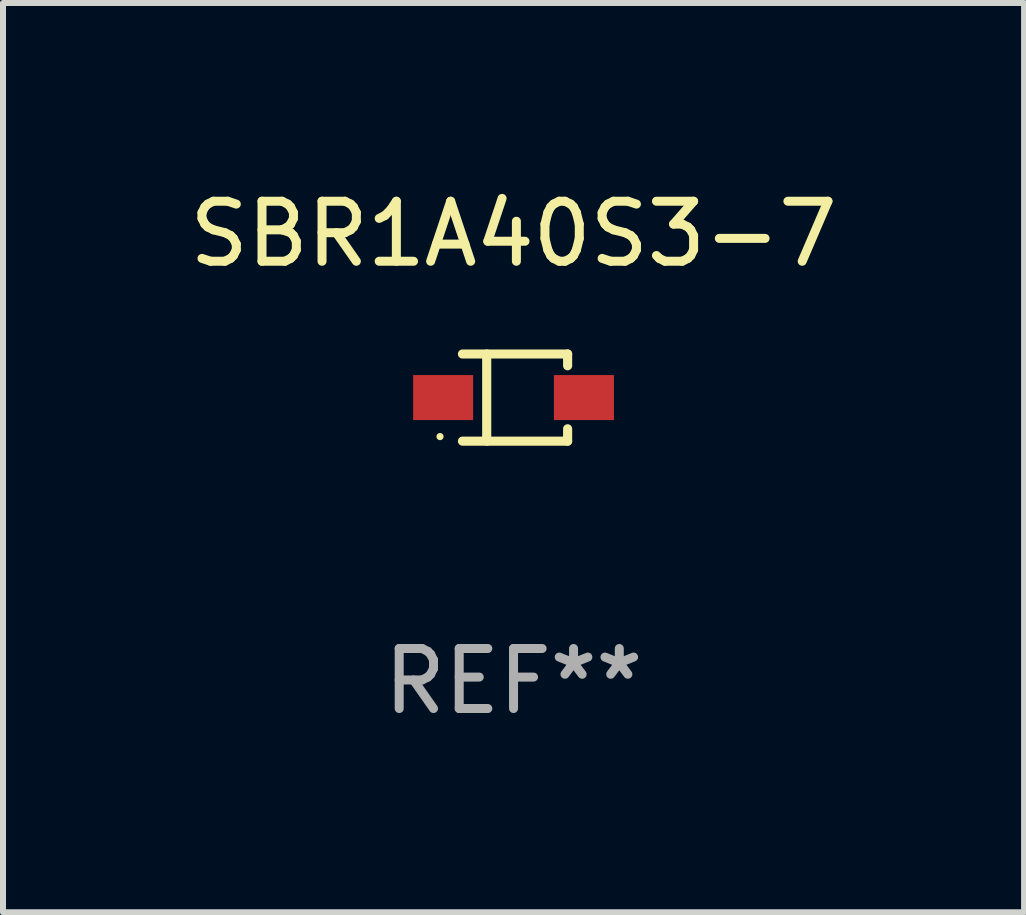
<source format=kicad_pcb>
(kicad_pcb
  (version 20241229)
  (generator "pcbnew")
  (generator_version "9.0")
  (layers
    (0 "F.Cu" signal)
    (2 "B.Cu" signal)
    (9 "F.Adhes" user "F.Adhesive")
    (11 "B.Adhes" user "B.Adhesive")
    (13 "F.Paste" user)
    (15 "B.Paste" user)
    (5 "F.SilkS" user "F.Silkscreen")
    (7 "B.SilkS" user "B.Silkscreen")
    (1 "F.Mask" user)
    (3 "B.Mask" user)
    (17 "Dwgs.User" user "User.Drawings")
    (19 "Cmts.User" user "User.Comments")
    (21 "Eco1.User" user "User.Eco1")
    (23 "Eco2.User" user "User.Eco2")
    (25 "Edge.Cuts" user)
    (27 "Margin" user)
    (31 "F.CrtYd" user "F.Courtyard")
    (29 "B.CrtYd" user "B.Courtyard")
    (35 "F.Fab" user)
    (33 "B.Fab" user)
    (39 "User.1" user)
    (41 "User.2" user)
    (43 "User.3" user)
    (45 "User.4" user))
  (footprint "SBR1A40S3-7"
    (layer "F.Cu")
    (at 5.506 3.574)
    (property "Reference" "SBR1A40S3-7" (at 0 -2.726 0) (layer "F.SilkS") (effects (font (size 1 1) (thickness 0.15))))
    (attr through_hole)
    (fp_line (start -0.851 -0.726) (end 0.901 -0.726) (stroke (width 0.152) (type solid)) (layer "F.SilkS"))
    (fp_line (start -0.851 0.726) (end 0.901 0.726) (stroke (width 0.152) (type solid)) (layer "F.SilkS"))
    (fp_line (start -0.447 -0.726) (end -0.447 0.726) (stroke (width 0.152) (type solid)) (layer "F.SilkS"))
    (fp_line (start 0.901 -0.726) (end 0.901 -0.53) (stroke (width 0.152) (type solid)) (layer "F.SilkS"))
    (fp_line (start 0.901 0.726) (end 0.901 0.52) (stroke (width 0.152) (type solid)) (layer "F.SilkS"))
    (fp_circle (center -1.225 0.65) (end -1.195 0.65) (stroke (width 0.06) (type solid)) (fill no) (layer "F.SilkS"))
    (fp_text user "REF**" (at 0 4.726 0) (layer "F.Fab") (effects (font (size 1 1) (thickness 0.15))))
    (pad "1" smd rect (at -1.173 0) (size 1 0.75) (layers "F.Cu" "F.Mask" "F.Paste"))
    (pad "2" smd rect (at 1.173 0) (size 1 0.75) (layers "F.Cu" "F.Mask" "F.Paste")))
  (gr_rect
    (start -3 -3)
    (end 14.012 12.149)
    (stroke (width 0.1) (type default))
    (fill no)
    (layer "Edge.Cuts")))
</source>
